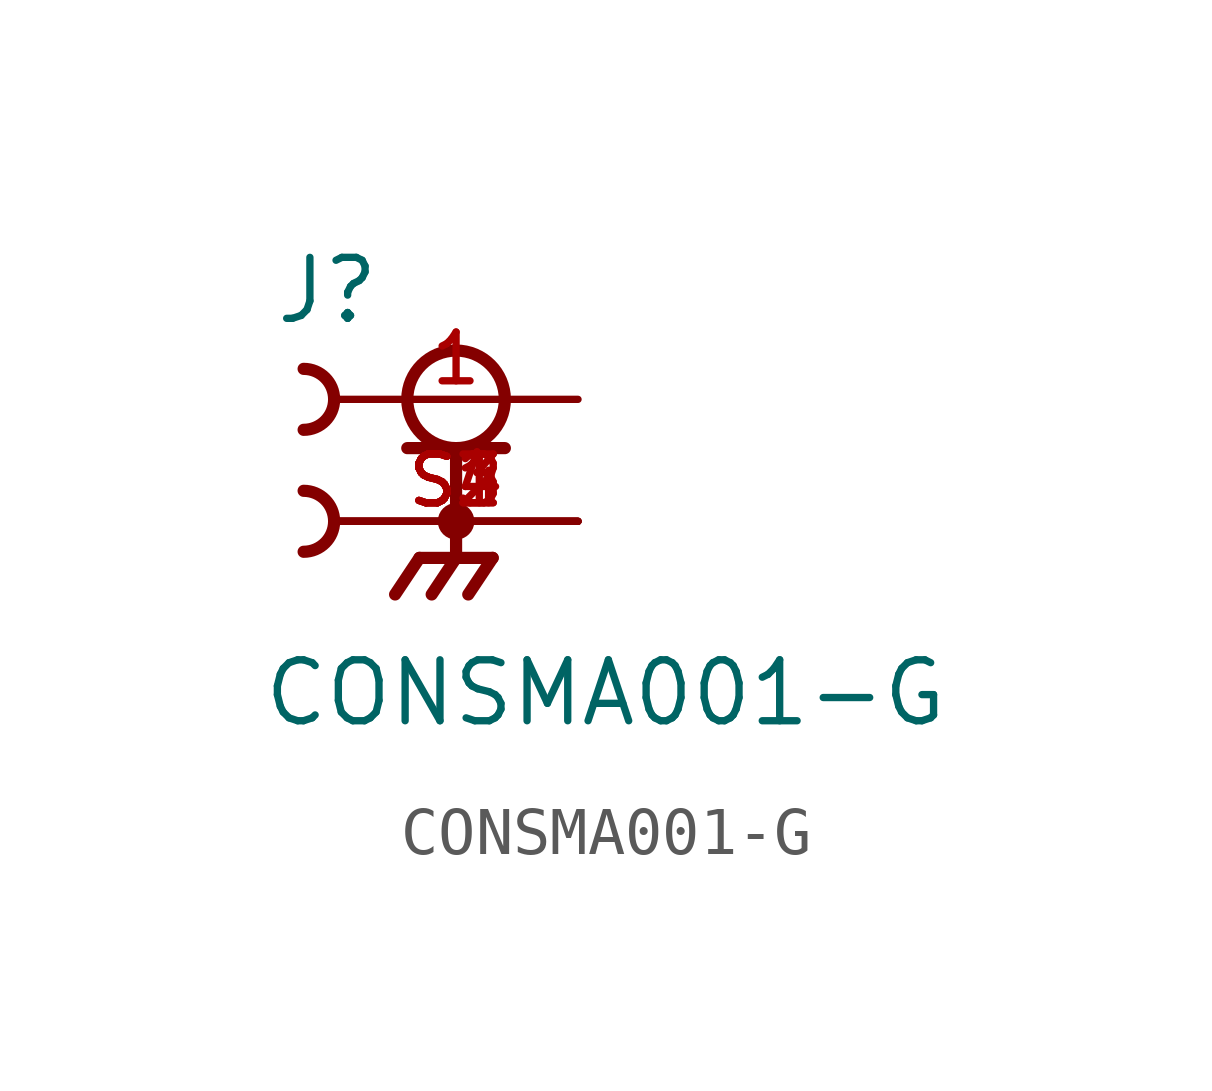
<source format=kicad_sym>
(kicad_symbol_lib
  (version 20211014)
  (generator kicad_symbol_editor)
  (symbol "CONSMA001-G"
    (pin_names
      (offset 1.016))
    (property "Reference" "J"
      (at -3.81 1.524 0)
      (effects (font (size 1.27 1.27)) (justify bottom left)))
    (property "Value" "CONSMA001-G"
      (at -4.064 -6.858 0)
      (effects (font (size 1.27 1.27)) (justify bottom left)))
    (symbol "CONSMA001-G_0_0"
      (circle (center 0.0 0.0) (radius 1.016) (stroke (width 0.254)) (fill (type none)))
      (polyline (pts (xy -1.016 -1.016) (xy 0.0 -1.016)) (stroke (width 0.254)))
      (polyline (pts (xy 0.0 -1.016) (xy 1.016 -1.016)) (stroke (width 0.254)))
      (polyline (pts (xy 0.0 -1.016) (xy 0.0 -3.302)) (stroke (width 0.254)))
      (circle (center 0.0 -2.54) (radius 0.254) (stroke (width 0.254)) (fill (type none)))
      (polyline (pts (xy 0.0 -3.302) (xy -0.762 -3.302)) (stroke (width 0.254)))
      (polyline (pts (xy 0.0 -3.302) (xy 0.762 -3.302)) (stroke (width 0.254)))
      (polyline (pts (xy -0.762 -3.302) (xy -1.27 -4.064)) (stroke (width 0.254)))
      (polyline (pts (xy 0.0 -3.302) (xy -0.508 -4.064)) (stroke (width 0.254)))
      (polyline (pts (xy 0.762 -3.302) (xy 0.254 -4.064)) (stroke (width 0.254)))
      (arc (start -3.175 0.635) (mid -2.54 -0.0) (end -3.175 -0.635) (stroke (width 0.254) (type default) (color 0 0 0 0)) (fill (type none)))
      (arc (start -3.175 -1.905) (mid -2.54 -2.54) (end -3.175 -3.175) (stroke (width 0.254) (type default) (color 0 0 0 0)) (fill (type none)))
      (pin passive line (at 2.54 0.0 180.0) (length 5.08) (name "~" (effects (font (size 1.016 1.016)))) (number "1" (effects (font (size 1.016 1.016)))))
      (pin passive line (at 2.54 -2.54 180.0) (length 5.08) (name "~" (effects (font (size 1.016 1.016)))) (number "S1" (effects (font (size 1.016 1.016)))))
      (pin passive line (at 2.54 -2.54 180.0) (length 5.08) (name "~" (effects (font (size 1.016 1.016)))) (number "S2" (effects (font (size 1.016 1.016)))))
      (pin passive line (at 2.54 -2.54 180.0) (length 5.08) (name "~" (effects (font (size 1.016 1.016)))) (number "S3" (effects (font (size 1.016 1.016)))))
      (pin passive line (at 2.54 -2.54 180.0) (length 5.08) (name "~" (effects (font (size 1.016 1.016)))) (number "S4" (effects (font (size 1.016 1.016))))))))
</source>
